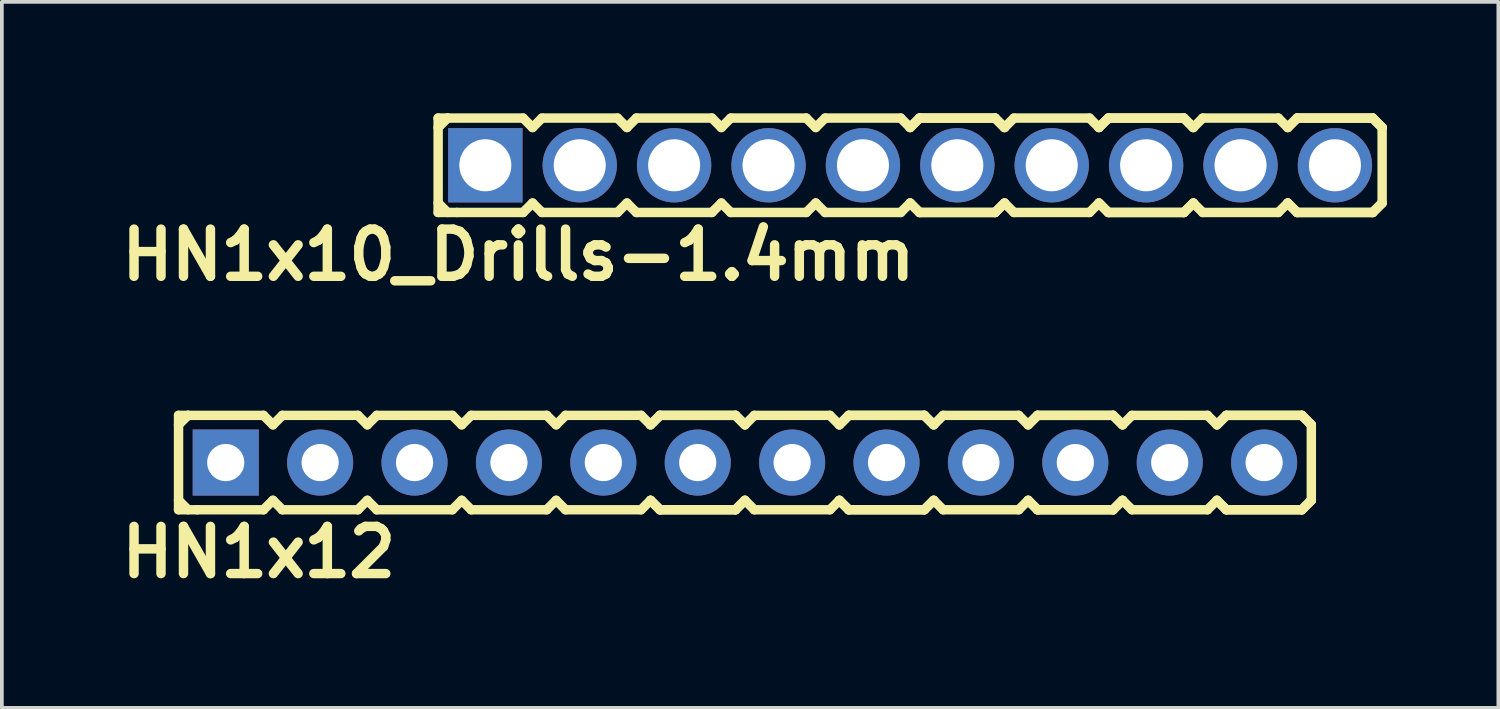
<source format=kicad_pcb>
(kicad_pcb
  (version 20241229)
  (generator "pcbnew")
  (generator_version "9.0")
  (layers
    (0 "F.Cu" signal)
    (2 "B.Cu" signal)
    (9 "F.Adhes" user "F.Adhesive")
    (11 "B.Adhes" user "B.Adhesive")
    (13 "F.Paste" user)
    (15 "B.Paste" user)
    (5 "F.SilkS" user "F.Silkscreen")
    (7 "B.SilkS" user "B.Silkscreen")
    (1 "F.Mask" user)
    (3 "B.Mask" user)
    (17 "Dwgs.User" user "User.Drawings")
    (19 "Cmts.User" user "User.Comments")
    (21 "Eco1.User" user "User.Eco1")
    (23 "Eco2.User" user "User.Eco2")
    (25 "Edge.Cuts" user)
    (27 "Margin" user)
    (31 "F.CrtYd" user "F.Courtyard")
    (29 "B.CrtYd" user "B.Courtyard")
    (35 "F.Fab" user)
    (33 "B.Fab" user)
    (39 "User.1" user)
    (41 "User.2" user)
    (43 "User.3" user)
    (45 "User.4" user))
  (footprint "HN1x12"
    (layer "F.Cu")
    (at 16.994 9.396)
    (property "Reference" "HN1x12" (at -13.081 2.413 0) (layer "F.SilkS") (effects (font (size 1.27 1.27) (thickness 0.254))))
    (attr through_hole)
    (fp_line (start -15.24 -1.27) (end -15.24 1.27) (stroke (width 0.254) (type solid)) (layer "F.SilkS"))
    (fp_line (start -15.24 -1.27) (end -14.986 -1.27) (stroke (width 0.254) (type solid)) (layer "F.SilkS"))
    (fp_line (start -15.24 -1.016) (end -14.986 -1.27) (stroke (width 0.254) (type solid)) (layer "F.SilkS"))
    (fp_line (start -14.986 -1.27) (end -12.954 -1.27) (stroke (width 0.254) (type solid)) (layer "F.SilkS"))
    (fp_line (start -14.986 1.27) (end -15.24 1.016) (stroke (width 0.254) (type solid)) (layer "F.SilkS"))
    (fp_line (start -14.732 1.27) (end -15.24 1.27) (stroke (width 0.254) (type solid)) (layer "F.SilkS"))
    (fp_line (start -12.954 -1.27) (end -12.7 -1.016) (stroke (width 0.254) (type solid)) (layer "F.SilkS"))
    (fp_line (start -12.954 1.27) (end -14.732 1.27) (stroke (width 0.254) (type solid)) (layer "F.SilkS"))
    (fp_line (start -12.7 -1.016) (end -12.446 -1.27) (stroke (width 0.254) (type solid)) (layer "F.SilkS"))
    (fp_line (start -12.7 1.016) (end -12.954 1.27) (stroke (width 0.254) (type solid)) (layer "F.SilkS"))
    (fp_line (start -12.446 -1.27) (end -10.414 -1.27) (stroke (width 0.254) (type solid)) (layer "F.SilkS"))
    (fp_line (start -12.446 1.27) (end -12.7 1.016) (stroke (width 0.254) (type solid)) (layer "F.SilkS"))
    (fp_line (start -10.414 -1.27) (end -10.16 -1.016) (stroke (width 0.254) (type solid)) (layer "F.SilkS"))
    (fp_line (start -10.414 1.27) (end -12.446 1.27) (stroke (width 0.254) (type solid)) (layer "F.SilkS"))
    (fp_line (start -10.414 1.27) (end -10.16 1.016) (stroke (width 0.254) (type solid)) (layer "F.SilkS"))
    (fp_line (start -10.16 -1.016) (end -9.906 -1.27) (stroke (width 0.254) (type solid)) (layer "F.SilkS"))
    (fp_line (start -10.16 1.016) (end -9.906 1.27) (stroke (width 0.254) (type solid)) (layer "F.SilkS"))
    (fp_line (start -9.906 -1.27) (end -7.874 -1.27) (stroke (width 0.254) (type solid)) (layer "F.SilkS"))
    (fp_line (start -7.874 -1.27) (end -7.62 -1.016) (stroke (width 0.254) (type solid)) (layer "F.SilkS"))
    (fp_line (start -7.874 1.27) (end -9.906 1.27) (stroke (width 0.254) (type solid)) (layer "F.SilkS"))
    (fp_line (start -7.62 -1.016) (end -7.366 -1.27) (stroke (width 0.254) (type solid)) (layer "F.SilkS"))
    (fp_line (start -7.62 1.016) (end -7.874 1.27) (stroke (width 0.254) (type solid)) (layer "F.SilkS"))
    (fp_line (start -7.366 -1.27) (end -5.334 -1.27) (stroke (width 0.254) (type solid)) (layer "F.SilkS"))
    (fp_line (start -7.366 1.27) (end -7.62 1.016) (stroke (width 0.254) (type solid)) (layer "F.SilkS"))
    (fp_line (start -5.334 -1.27) (end -5.08 -1.016) (stroke (width 0.254) (type solid)) (layer "F.SilkS"))
    (fp_line (start -5.334 1.27) (end -7.366 1.27) (stroke (width 0.254) (type solid)) (layer "F.SilkS"))
    (fp_line (start -5.08 -1.016) (end -4.826 -1.27) (stroke (width 0.254) (type solid)) (layer "F.SilkS"))
    (fp_line (start -5.08 1.016) (end -5.334 1.27) (stroke (width 0.254) (type solid)) (layer "F.SilkS"))
    (fp_line (start -4.826 -1.27) (end -2.794 -1.27) (stroke (width 0.254) (type solid)) (layer "F.SilkS"))
    (fp_line (start -4.826 1.27) (end -5.08 1.016) (stroke (width 0.254) (type solid)) (layer "F.SilkS"))
    (fp_line (start -2.794 -1.27) (end -2.54 -1.016) (stroke (width 0.254) (type solid)) (layer "F.SilkS"))
    (fp_line (start -2.794 1.27) (end -4.826 1.27) (stroke (width 0.254) (type solid)) (layer "F.SilkS"))
    (fp_line (start -2.54 -1.016) (end -2.286 -1.27) (stroke (width 0.254) (type solid)) (layer "F.SilkS"))
    (fp_line (start -2.54 -1.016) (end -2.286 -1.27) (stroke (width 0.254) (type solid)) (layer "F.SilkS"))
    (fp_line (start -2.54 1.016) (end -2.794 1.27) (stroke (width 0.254) (type solid)) (layer "F.SilkS"))
    (fp_line (start -2.286 -1.27) (end -0.254 -1.27) (stroke (width 0.254) (type solid)) (layer "F.SilkS"))
    (fp_line (start -2.286 -1.27) (end -0.254 -1.27) (stroke (width 0.254) (type solid)) (layer "F.SilkS"))
    (fp_line (start -2.286 1.27) (end -2.54 1.016) (stroke (width 0.254) (type solid)) (layer "F.SilkS"))
    (fp_line (start -2.286 1.27) (end -2.54 1.016) (stroke (width 0.254) (type solid)) (layer "F.SilkS"))
    (fp_line (start -0.254 -1.27) (end 0 -1.016) (stroke (width 0.254) (type solid)) (layer "F.SilkS"))
    (fp_line (start -0.254 -1.27) (end 0 -1.016) (stroke (width 0.254) (type solid)) (layer "F.SilkS"))
    (fp_line (start -0.254 1.27) (end -2.286 1.27) (stroke (width 0.254) (type solid)) (layer "F.SilkS"))
    (fp_line (start -0.254 1.27) (end -2.286 1.27) (stroke (width 0.254) (type solid)) (layer "F.SilkS"))
    (fp_line (start 0 -1.016) (end 0.254 -1.27) (stroke (width 0.254) (type solid)) (layer "F.SilkS"))
    (fp_line (start 0 1.016) (end -0.254 1.27) (stroke (width 0.254) (type solid)) (layer "F.SilkS"))
    (fp_line (start 0 1.016) (end -0.254 1.27) (stroke (width 0.254) (type solid)) (layer "F.SilkS"))
    (fp_line (start 0.254 -1.27) (end 2.286 -1.27) (stroke (width 0.254) (type solid)) (layer "F.SilkS"))
    (fp_line (start 0.254 1.27) (end 0 1.016) (stroke (width 0.254) (type solid)) (layer "F.SilkS"))
    (fp_line (start 2.286 -1.27) (end 2.54 -1.016) (stroke (width 0.254) (type solid)) (layer "F.SilkS"))
    (fp_line (start 2.286 1.27) (end 0.254 1.27) (stroke (width 0.254) (type solid)) (layer "F.SilkS"))
    (fp_line (start 2.54 -1.016) (end 2.794 -1.27) (stroke (width 0.254) (type solid)) (layer "F.SilkS"))
    (fp_line (start 2.54 -1.016) (end 2.794 -1.27) (stroke (width 0.254) (type solid)) (layer "F.SilkS"))
    (fp_line (start 2.54 1.016) (end 2.286 1.27) (stroke (width 0.254) (type solid)) (layer "F.SilkS"))
    (fp_line (start 2.794 -1.27) (end 4.826 -1.27) (stroke (width 0.254) (type solid)) (layer "F.SilkS"))
    (fp_line (start 2.794 -1.27) (end 4.826 -1.27) (stroke (width 0.254) (type solid)) (layer "F.SilkS"))
    (fp_line (start 2.794 1.27) (end 2.54 1.016) (stroke (width 0.254) (type solid)) (layer "F.SilkS"))
    (fp_line (start 2.794 1.27) (end 2.54 1.016) (stroke (width 0.254) (type solid)) (layer "F.SilkS"))
    (fp_line (start 4.826 -1.27) (end 5.08 -1.016) (stroke (width 0.254) (type solid)) (layer "F.SilkS"))
    (fp_line (start 4.826 -1.27) (end 5.08 -1.016) (stroke (width 0.254) (type solid)) (layer "F.SilkS"))
    (fp_line (start 4.826 1.27) (end 2.794 1.27) (stroke (width 0.254) (type solid)) (layer "F.SilkS"))
    (fp_line (start 4.826 1.27) (end 2.794 1.27) (stroke (width 0.254) (type solid)) (layer "F.SilkS"))
    (fp_line (start 5.08 -1.016) (end 5.334 -1.27) (stroke (width 0.254) (type solid)) (layer "F.SilkS"))
    (fp_line (start 5.08 1.016) (end 4.826 1.27) (stroke (width 0.254) (type solid)) (layer "F.SilkS"))
    (fp_line (start 5.08 1.016) (end 4.826 1.27) (stroke (width 0.254) (type solid)) (layer "F.SilkS"))
    (fp_line (start 5.334 -1.27) (end 7.366 -1.27) (stroke (width 0.254) (type solid)) (layer "F.SilkS"))
    (fp_line (start 5.334 1.27) (end 5.08 1.016) (stroke (width 0.254) (type solid)) (layer "F.SilkS"))
    (fp_line (start 7.366 -1.27) (end 7.62 -1.016) (stroke (width 0.254) (type solid)) (layer "F.SilkS"))
    (fp_line (start 7.366 1.27) (end 5.334 1.27) (stroke (width 0.254) (type solid)) (layer "F.SilkS"))
    (fp_line (start 7.62 -1.016) (end 7.874 -1.27) (stroke (width 0.254) (type solid)) (layer "F.SilkS"))
    (fp_line (start 7.62 -1.016) (end 7.874 -1.27) (stroke (width 0.254) (type solid)) (layer "F.SilkS"))
    (fp_line (start 7.62 1.016) (end 7.366 1.27) (stroke (width 0.254) (type solid)) (layer "F.SilkS"))
    (fp_line (start 7.874 -1.27) (end 9.906 -1.27) (stroke (width 0.254) (type solid)) (layer "F.SilkS"))
    (fp_line (start 7.874 -1.27) (end 9.906 -1.27) (stroke (width 0.254) (type solid)) (layer "F.SilkS"))
    (fp_line (start 7.874 1.27) (end 7.62 1.016) (stroke (width 0.254) (type solid)) (layer "F.SilkS"))
    (fp_line (start 7.874 1.27) (end 7.62 1.016) (stroke (width 0.254) (type solid)) (layer "F.SilkS"))
    (fp_line (start 9.906 -1.27) (end 10.16 -1.016) (stroke (width 0.254) (type solid)) (layer "F.SilkS"))
    (fp_line (start 9.906 -1.27) (end 10.16 -1.016) (stroke (width 0.254) (type solid)) (layer "F.SilkS"))
    (fp_line (start 9.906 1.27) (end 7.874 1.27) (stroke (width 0.254) (type solid)) (layer "F.SilkS"))
    (fp_line (start 9.906 1.27) (end 7.874 1.27) (stroke (width 0.254) (type solid)) (layer "F.SilkS"))
    (fp_line (start 10.16 -1.016) (end 10.414 -1.27) (stroke (width 0.254) (type solid)) (layer "F.SilkS"))
    (fp_line (start 10.16 1.016) (end 9.906 1.27) (stroke (width 0.254) (type solid)) (layer "F.SilkS"))
    (fp_line (start 10.16 1.016) (end 9.906 1.27) (stroke (width 0.254) (type solid)) (layer "F.SilkS"))
    (fp_line (start 10.414 -1.27) (end 12.446 -1.27) (stroke (width 0.254) (type solid)) (layer "F.SilkS"))
    (fp_line (start 10.414 1.27) (end 10.16 1.016) (stroke (width 0.254) (type solid)) (layer "F.SilkS"))
    (fp_line (start 12.446 -1.27) (end 12.7 -1.016) (stroke (width 0.254) (type solid)) (layer "F.SilkS"))
    (fp_line (start 12.446 1.27) (end 10.414 1.27) (stroke (width 0.254) (type solid)) (layer "F.SilkS"))
    (fp_line (start 12.7 -1.016) (end 12.954 -1.27) (stroke (width 0.254) (type solid)) (layer "F.SilkS"))
    (fp_line (start 12.7 -1.016) (end 12.954 -1.27) (stroke (width 0.254) (type solid)) (layer "F.SilkS"))
    (fp_line (start 12.7 1.016) (end 12.446 1.27) (stroke (width 0.254) (type solid)) (layer "F.SilkS"))
    (fp_line (start 12.954 -1.27) (end 14.986 -1.27) (stroke (width 0.254) (type solid)) (layer "F.SilkS"))
    (fp_line (start 12.954 -1.27) (end 14.986 -1.27) (stroke (width 0.254) (type solid)) (layer "F.SilkS"))
    (fp_line (start 12.954 1.27) (end 12.7 1.016) (stroke (width 0.254) (type solid)) (layer "F.SilkS"))
    (fp_line (start 12.954 1.27) (end 12.7 1.016) (stroke (width 0.254) (type solid)) (layer "F.SilkS"))
    (fp_line (start 14.986 -1.27) (end 15.24 -1.016) (stroke (width 0.254) (type solid)) (layer "F.SilkS"))
    (fp_line (start 14.986 -1.27) (end 15.24 -1.016) (stroke (width 0.254) (type solid)) (layer "F.SilkS"))
    (fp_line (start 14.986 1.27) (end 12.954 1.27) (stroke (width 0.254) (type solid)) (layer "F.SilkS"))
    (fp_line (start 14.986 1.27) (end 12.954 1.27) (stroke (width 0.254) (type solid)) (layer "F.SilkS"))
    (fp_line (start 15.24 -1.016) (end 15.24 1.016) (stroke (width 0.254) (type solid)) (layer "F.SilkS"))
    (fp_line (start 15.24 1.016) (end 14.986 1.27) (stroke (width 0.254) (type solid)) (layer "F.SilkS"))
    (fp_line (start 15.24 1.016) (end 14.986 1.27) (stroke (width 0.254) (type solid)) (layer "F.SilkS"))
    (pad "1" thru_hole rect (at -13.97 0) (size 1.778 1.778) (drill 1) (layers "*.Cu" "*.Mask"))
    (pad "2" thru_hole circle (at -11.43 0) (size 1.778 1.778) (drill 1) (layers "*.Cu" "*.Mask"))
    (pad "3" thru_hole circle (at -8.89 0) (size 1.778 1.778) (drill 1) (layers "*.Cu" "*.Mask"))
    (pad "4" thru_hole circle (at -6.35 0) (size 1.778 1.778) (drill 1) (layers "*.Cu" "*.Mask"))
    (pad "5" thru_hole circle (at -3.81 0) (size 1.778 1.778) (drill 1) (layers "*.Cu" "*.Mask"))
    (pad "6" thru_hole circle (at -1.27 0) (size 1.778 1.778) (drill 1) (layers "*.Cu" "*.Mask"))
    (pad "7" thru_hole circle (at 1.27 0) (size 1.778 1.778) (drill 1) (layers "*.Cu" "*.Mask"))
    (pad "8" thru_hole circle (at 3.81 0) (size 1.778 1.778) (drill 1) (layers "*.Cu" "*.Mask"))
    (pad "9" thru_hole circle (at 6.35 0) (size 1.778 1.778) (drill 1) (layers "*.Cu" "*.Mask"))
    (pad "10" thru_hole circle (at 8.89 0) (size 1.778 1.778) (drill 1) (layers "*.Cu" "*.Mask"))
    (pad "11" thru_hole circle (at 11.43 0) (size 1.778 1.778) (drill 1) (layers "*.Cu" "*.Mask"))
    (pad "12" thru_hole circle (at 13.97 0) (size 1.778 1.778) (drill 1) (layers "*.Cu" "*.Mask")))
  (footprint "HN1x10_Drills-1.4mm"
    (layer "F.Cu")
    (at 21.439 1.397)
    (property "Reference" "HN1x10_Drills-1.4mm" (at -10.541 2.413 0) (layer "F.SilkS") (effects (font (size 1.27 1.27) (thickness 0.254))))
    (attr through_hole)
    (fp_line (start -12.7 -1.27) (end -12.7 1.27) (stroke (width 0.254) (type solid)) (layer "F.SilkS"))
    (fp_line (start -12.7 -1.27) (end -12.446 -1.27) (stroke (width 0.254) (type solid)) (layer "F.SilkS"))
    (fp_line (start -12.7 -1.016) (end -12.446 -1.27) (stroke (width 0.254) (type solid)) (layer "F.SilkS"))
    (fp_line (start -12.446 -1.27) (end -10.414 -1.27) (stroke (width 0.254) (type solid)) (layer "F.SilkS"))
    (fp_line (start -12.446 1.27) (end -12.7 1.016) (stroke (width 0.254) (type solid)) (layer "F.SilkS"))
    (fp_line (start -12.192 1.27) (end -12.7 1.27) (stroke (width 0.254) (type solid)) (layer "F.SilkS"))
    (fp_line (start -10.414 -1.27) (end -10.16 -1.016) (stroke (width 0.254) (type solid)) (layer "F.SilkS"))
    (fp_line (start -10.414 1.27) (end -12.192 1.27) (stroke (width 0.254) (type solid)) (layer "F.SilkS"))
    (fp_line (start -10.16 -1.016) (end -9.906 -1.27) (stroke (width 0.254) (type solid)) (layer "F.SilkS"))
    (fp_line (start -10.16 1.016) (end -10.414 1.27) (stroke (width 0.254) (type solid)) (layer "F.SilkS"))
    (fp_line (start -9.906 -1.27) (end -7.874 -1.27) (stroke (width 0.254) (type solid)) (layer "F.SilkS"))
    (fp_line (start -9.906 1.27) (end -10.16 1.016) (stroke (width 0.254) (type solid)) (layer "F.SilkS"))
    (fp_line (start -7.874 -1.27) (end -7.62 -1.016) (stroke (width 0.254) (type solid)) (layer "F.SilkS"))
    (fp_line (start -7.874 1.27) (end -9.906 1.27) (stroke (width 0.254) (type solid)) (layer "F.SilkS"))
    (fp_line (start -7.874 1.27) (end -7.62 1.016) (stroke (width 0.254) (type solid)) (layer "F.SilkS"))
    (fp_line (start -7.62 -1.016) (end -7.366 -1.27) (stroke (width 0.254) (type solid)) (layer "F.SilkS"))
    (fp_line (start -7.62 1.016) (end -7.366 1.27) (stroke (width 0.254) (type solid)) (layer "F.SilkS"))
    (fp_line (start -7.366 -1.27) (end -5.334 -1.27) (stroke (width 0.254) (type solid)) (layer "F.SilkS"))
    (fp_line (start -5.334 -1.27) (end -5.08 -1.016) (stroke (width 0.254) (type solid)) (layer "F.SilkS"))
    (fp_line (start -5.334 1.27) (end -7.366 1.27) (stroke (width 0.254) (type solid)) (layer "F.SilkS"))
    (fp_line (start -5.08 -1.016) (end -4.826 -1.27) (stroke (width 0.254) (type solid)) (layer "F.SilkS"))
    (fp_line (start -5.08 1.016) (end -5.334 1.27) (stroke (width 0.254) (type solid)) (layer "F.SilkS"))
    (fp_line (start -4.826 -1.27) (end -2.794 -1.27) (stroke (width 0.254) (type solid)) (layer "F.SilkS"))
    (fp_line (start -4.826 1.27) (end -5.08 1.016) (stroke (width 0.254) (type solid)) (layer "F.SilkS"))
    (fp_line (start -2.794 -1.27) (end -2.54 -1.016) (stroke (width 0.254) (type solid)) (layer "F.SilkS"))
    (fp_line (start -2.794 1.27) (end -4.826 1.27) (stroke (width 0.254) (type solid)) (layer "F.SilkS"))
    (fp_line (start -2.54 -1.016) (end -2.286 -1.27) (stroke (width 0.254) (type solid)) (layer "F.SilkS"))
    (fp_line (start -2.54 1.016) (end -2.794 1.27) (stroke (width 0.254) (type solid)) (layer "F.SilkS"))
    (fp_line (start -2.286 -1.27) (end -0.254 -1.27) (stroke (width 0.254) (type solid)) (layer "F.SilkS"))
    (fp_line (start -2.286 1.27) (end -2.54 1.016) (stroke (width 0.254) (type solid)) (layer "F.SilkS"))
    (fp_line (start -0.254 -1.27) (end 0 -1.016) (stroke (width 0.254) (type solid)) (layer "F.SilkS"))
    (fp_line (start -0.254 1.27) (end -2.286 1.27) (stroke (width 0.254) (type solid)) (layer "F.SilkS"))
    (fp_line (start 0 -1.016) (end 0.254 -1.27) (stroke (width 0.254) (type solid)) (layer "F.SilkS"))
    (fp_line (start 0 -1.016) (end 0.254 -1.27) (stroke (width 0.254) (type solid)) (layer "F.SilkS"))
    (fp_line (start 0 1.016) (end -0.254 1.27) (stroke (width 0.254) (type solid)) (layer "F.SilkS"))
    (fp_line (start 0.254 -1.27) (end 2.286 -1.27) (stroke (width 0.254) (type solid)) (layer "F.SilkS"))
    (fp_line (start 0.254 -1.27) (end 2.286 -1.27) (stroke (width 0.254) (type solid)) (layer "F.SilkS"))
    (fp_line (start 0.254 1.27) (end 0 1.016) (stroke (width 0.254) (type solid)) (layer "F.SilkS"))
    (fp_line (start 0.254 1.27) (end 0 1.016) (stroke (width 0.254) (type solid)) (layer "F.SilkS"))
    (fp_line (start 2.286 -1.27) (end 2.54 -1.016) (stroke (width 0.254) (type solid)) (layer "F.SilkS"))
    (fp_line (start 2.286 -1.27) (end 2.54 -1.016) (stroke (width 0.254) (type solid)) (layer "F.SilkS"))
    (fp_line (start 2.286 1.27) (end 0.254 1.27) (stroke (width 0.254) (type solid)) (layer "F.SilkS"))
    (fp_line (start 2.286 1.27) (end 0.254 1.27) (stroke (width 0.254) (type solid)) (layer "F.SilkS"))
    (fp_line (start 2.54 -1.016) (end 2.794 -1.27) (stroke (width 0.254) (type solid)) (layer "F.SilkS"))
    (fp_line (start 2.54 1.016) (end 2.286 1.27) (stroke (width 0.254) (type solid)) (layer "F.SilkS"))
    (fp_line (start 2.54 1.016) (end 2.286 1.27) (stroke (width 0.254) (type solid)) (layer "F.SilkS"))
    (fp_line (start 2.794 -1.27) (end 4.826 -1.27) (stroke (width 0.254) (type solid)) (layer "F.SilkS"))
    (fp_line (start 2.794 1.27) (end 2.54 1.016) (stroke (width 0.254) (type solid)) (layer "F.SilkS"))
    (fp_line (start 4.826 -1.27) (end 5.08 -1.016) (stroke (width 0.254) (type solid)) (layer "F.SilkS"))
    (fp_line (start 4.826 1.27) (end 2.794 1.27) (stroke (width 0.254) (type solid)) (layer "F.SilkS"))
    (fp_line (start 5.08 -1.016) (end 5.334 -1.27) (stroke (width 0.254) (type solid)) (layer "F.SilkS"))
    (fp_line (start 5.08 -1.016) (end 5.334 -1.27) (stroke (width 0.254) (type solid)) (layer "F.SilkS"))
    (fp_line (start 5.08 1.016) (end 4.826 1.27) (stroke (width 0.254) (type solid)) (layer "F.SilkS"))
    (fp_line (start 5.334 -1.27) (end 7.366 -1.27) (stroke (width 0.254) (type solid)) (layer "F.SilkS"))
    (fp_line (start 5.334 -1.27) (end 7.366 -1.27) (stroke (width 0.254) (type solid)) (layer "F.SilkS"))
    (fp_line (start 5.334 1.27) (end 5.08 1.016) (stroke (width 0.254) (type solid)) (layer "F.SilkS"))
    (fp_line (start 5.334 1.27) (end 5.08 1.016) (stroke (width 0.254) (type solid)) (layer "F.SilkS"))
    (fp_line (start 7.366 -1.27) (end 7.62 -1.016) (stroke (width 0.254) (type solid)) (layer "F.SilkS"))
    (fp_line (start 7.366 -1.27) (end 7.62 -1.016) (stroke (width 0.254) (type solid)) (layer "F.SilkS"))
    (fp_line (start 7.366 1.27) (end 5.334 1.27) (stroke (width 0.254) (type solid)) (layer "F.SilkS"))
    (fp_line (start 7.366 1.27) (end 5.334 1.27) (stroke (width 0.254) (type solid)) (layer "F.SilkS"))
    (fp_line (start 7.62 -1.016) (end 7.874 -1.27) (stroke (width 0.254) (type solid)) (layer "F.SilkS"))
    (fp_line (start 7.62 1.016) (end 7.366 1.27) (stroke (width 0.254) (type solid)) (layer "F.SilkS"))
    (fp_line (start 7.62 1.016) (end 7.366 1.27) (stroke (width 0.254) (type solid)) (layer "F.SilkS"))
    (fp_line (start 7.874 -1.27) (end 9.906 -1.27) (stroke (width 0.254) (type solid)) (layer "F.SilkS"))
    (fp_line (start 7.874 1.27) (end 7.62 1.016) (stroke (width 0.254) (type solid)) (layer "F.SilkS"))
    (fp_line (start 9.906 -1.27) (end 10.16 -1.016) (stroke (width 0.254) (type solid)) (layer "F.SilkS"))
    (fp_line (start 9.906 1.27) (end 7.874 1.27) (stroke (width 0.254) (type solid)) (layer "F.SilkS"))
    (fp_line (start 10.16 -1.016) (end 10.414 -1.27) (stroke (width 0.254) (type solid)) (layer "F.SilkS"))
    (fp_line (start 10.16 -1.016) (end 10.414 -1.27) (stroke (width 0.254) (type solid)) (layer "F.SilkS"))
    (fp_line (start 10.16 1.016) (end 9.906 1.27) (stroke (width 0.254) (type solid)) (layer "F.SilkS"))
    (fp_line (start 10.414 -1.27) (end 12.446 -1.27) (stroke (width 0.254) (type solid)) (layer "F.SilkS"))
    (fp_line (start 10.414 -1.27) (end 12.446 -1.27) (stroke (width 0.254) (type solid)) (layer "F.SilkS"))
    (fp_line (start 10.414 1.27) (end 10.16 1.016) (stroke (width 0.254) (type solid)) (layer "F.SilkS"))
    (fp_line (start 10.414 1.27) (end 10.16 1.016) (stroke (width 0.254) (type solid)) (layer "F.SilkS"))
    (fp_line (start 12.446 -1.27) (end 12.7 -1.016) (stroke (width 0.254) (type solid)) (layer "F.SilkS"))
    (fp_line (start 12.446 -1.27) (end 12.7 -1.016) (stroke (width 0.254) (type solid)) (layer "F.SilkS"))
    (fp_line (start 12.446 1.27) (end 10.414 1.27) (stroke (width 0.254) (type solid)) (layer "F.SilkS"))
    (fp_line (start 12.446 1.27) (end 10.414 1.27) (stroke (width 0.254) (type solid)) (layer "F.SilkS"))
    (fp_line (start 12.7 -1.016) (end 12.7 1.016) (stroke (width 0.254) (type solid)) (layer "F.SilkS"))
    (fp_line (start 12.7 1.016) (end 12.446 1.27) (stroke (width 0.254) (type solid)) (layer "F.SilkS"))
    (fp_line (start 12.7 1.016) (end 12.446 1.27) (stroke (width 0.254) (type solid)) (layer "F.SilkS"))
    (pad "1" thru_hole rect (at -11.43 0) (size 2 2) (drill 1.4) (layers "*.Cu" "*.Mask"))
    (pad "2" thru_hole circle (at -8.89 0) (size 2 2) (drill 1.4) (layers "*.Cu" "*.Mask"))
    (pad "3" thru_hole circle (at -6.35 0) (size 2 2) (drill 1.4) (layers "*.Cu" "*.Mask"))
    (pad "4" thru_hole circle (at -3.81 0) (size 2 2) (drill 1.4) (layers "*.Cu" "*.Mask"))
    (pad "5" thru_hole circle (at -1.27 0) (size 2 2) (drill 1.4) (layers "*.Cu" "*.Mask"))
    (pad "6" thru_hole circle (at 1.27 0) (size 2 2) (drill 1.4) (layers "*.Cu" "*.Mask"))
    (pad "7" thru_hole circle (at 3.81 0) (size 2 2) (drill 1.4) (layers "*.Cu" "*.Mask"))
    (pad "8" thru_hole circle (at 6.35 0) (size 2 2) (drill 1.4) (layers "*.Cu" "*.Mask"))
    (pad "9" thru_hole circle (at 8.89 0) (size 2 2) (drill 1.4) (layers "*.Cu" "*.Mask"))
    (pad "10" thru_hole circle (at 11.43 0) (size 2 2) (drill 1.4) (layers "*.Cu" "*.Mask")))
  (gr_rect
    (start -3 -3)
    (end 37.266 15.997)
    (stroke (width 0.1) (type default))
    (fill no)
    (layer "Edge.Cuts")))
</source>
